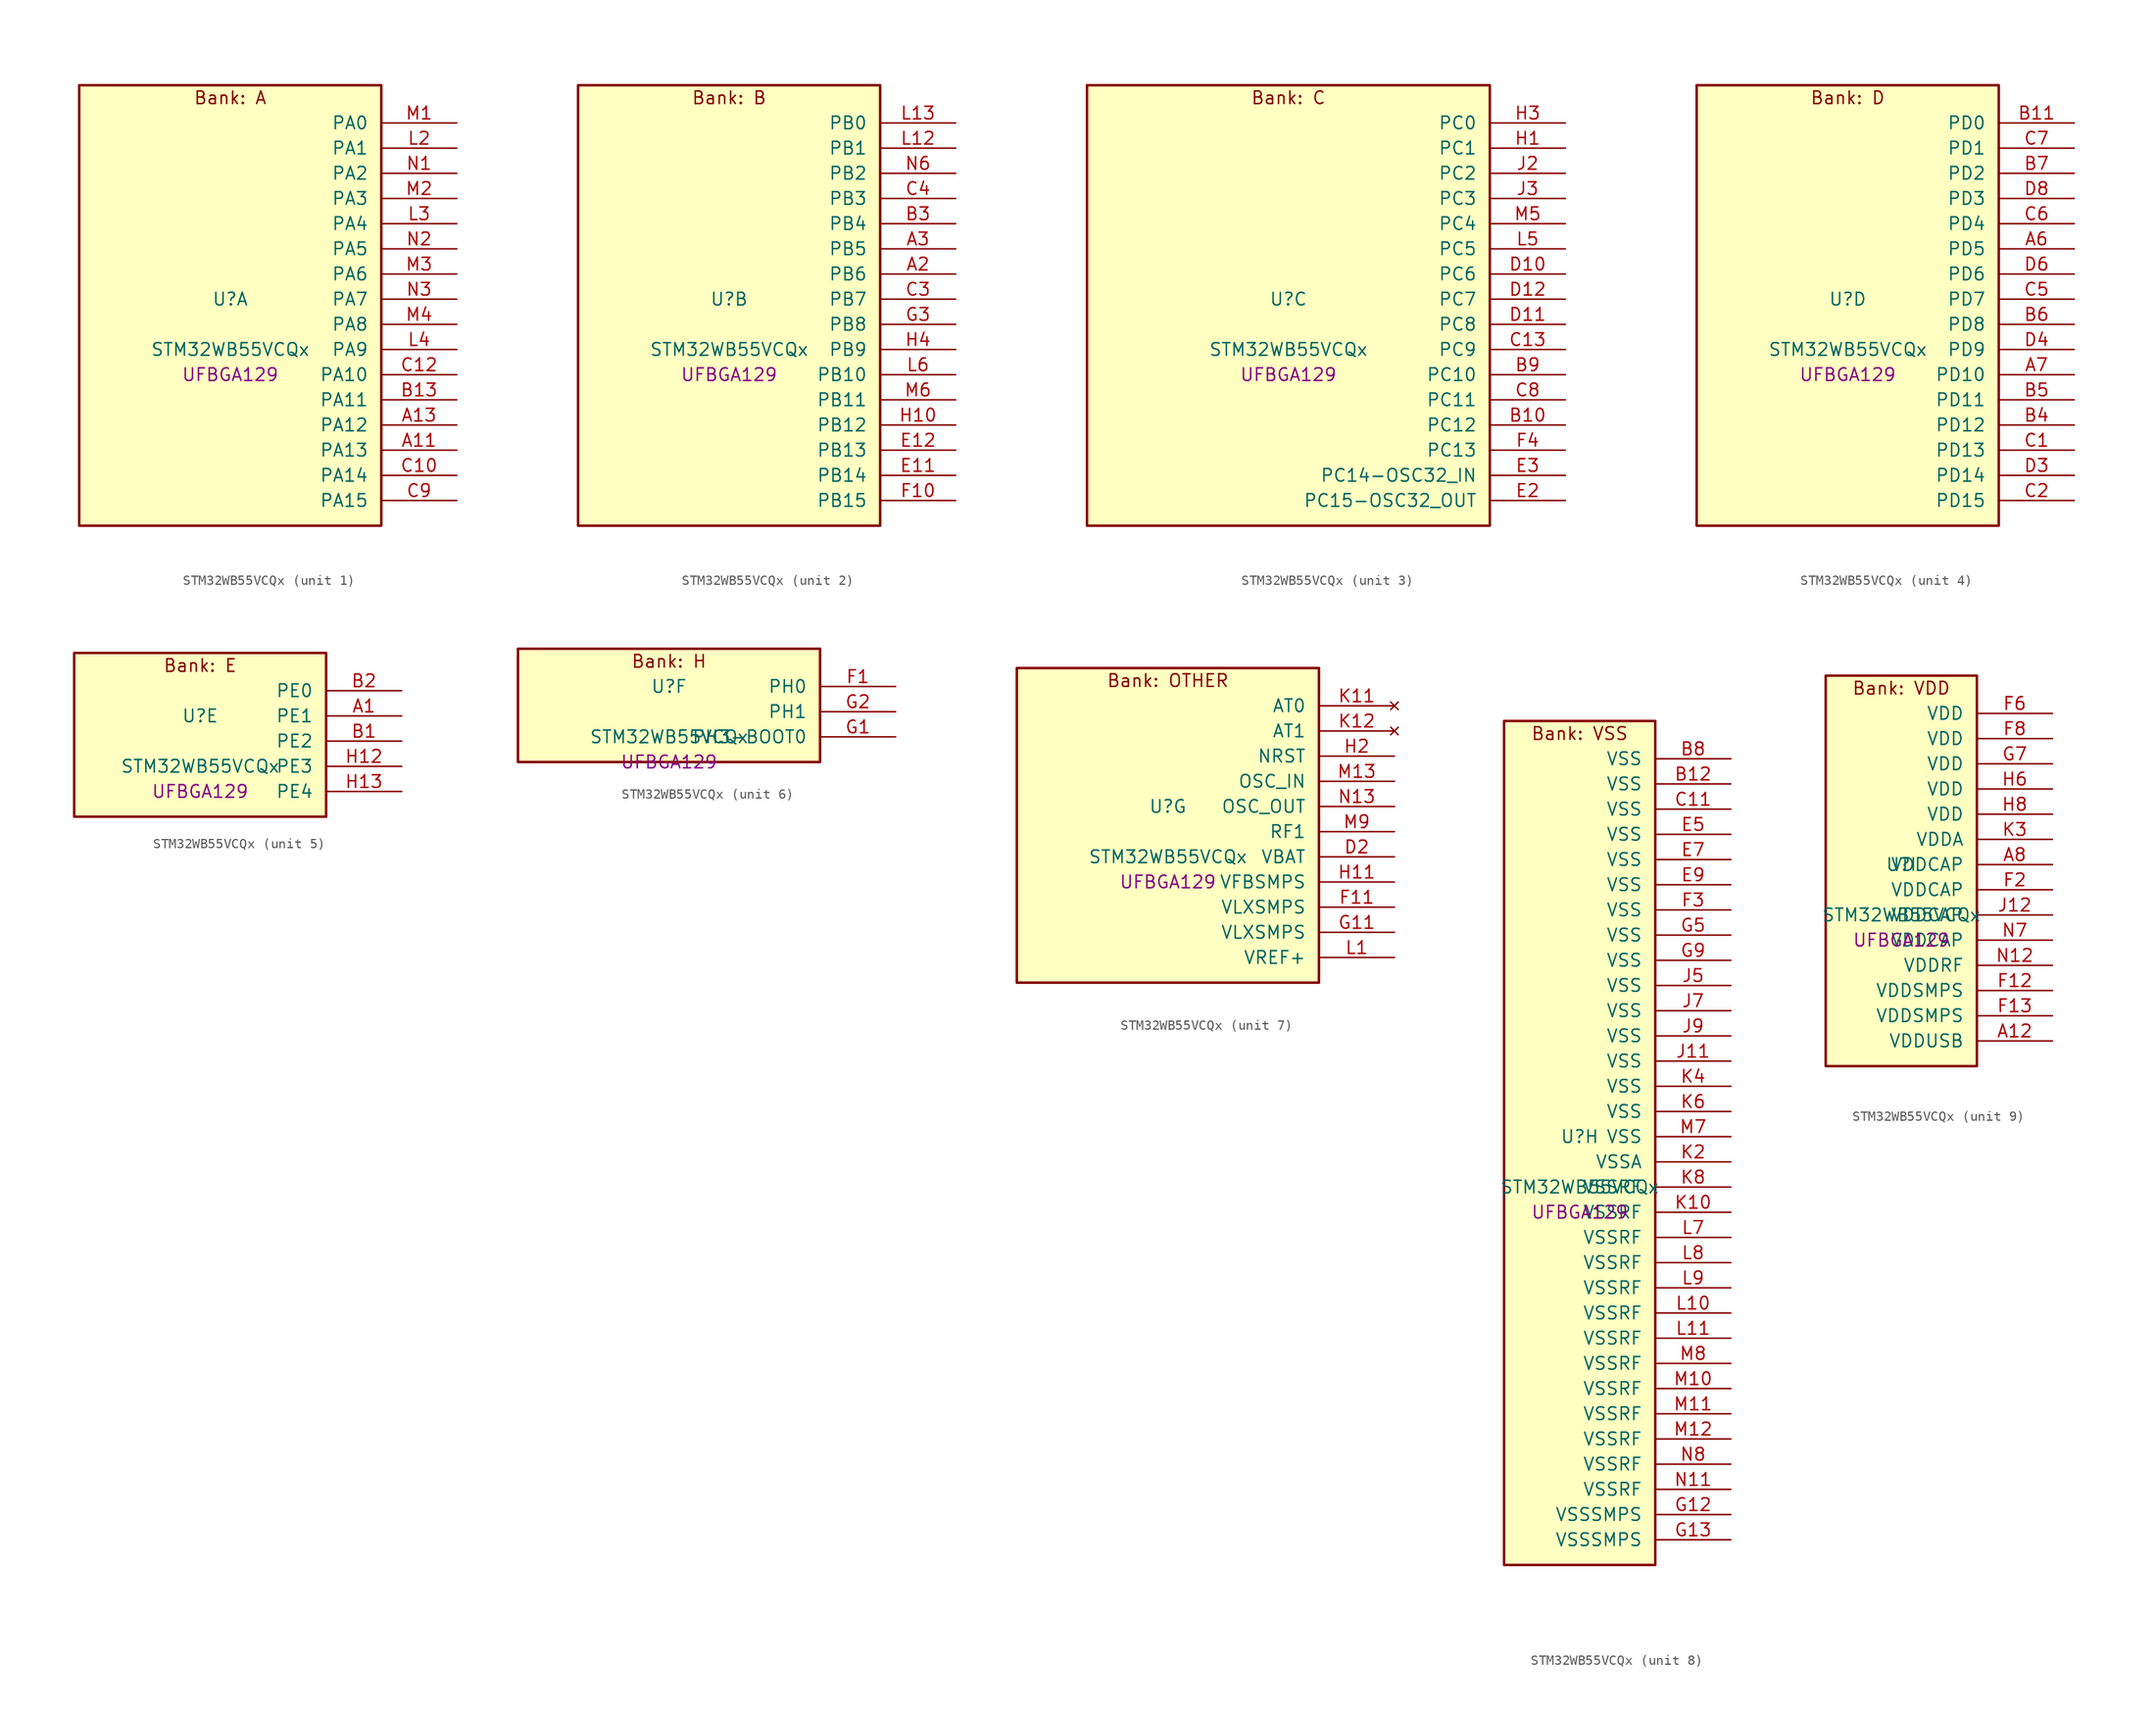
<source format=kicad_sym>
(kicad_symbol_lib
  (version 20241209)
  (generator "stm32_pkl_generator")
  (generator_version "1.0")
  (symbol "STM32WB55VCQx"
    (pin_names
      (offset 1.27))
    (property "Reference" "U"
      (at 0 2.54 0))
    (property "Value" "STM32WB55VCQx"
      (at 0 -2.54 0))
    (property "Footprint" "UFBGA129"
      (at 0 -5.08 0))
    (symbol "STM32WB55VCQx_1_1"
      (rectangle (start -15.24 24.13) (end 15.24 -20.32) (stroke (width 0.254) (type solid)) (fill (type background)))
      (text "Bank: A" (at 0 22.86 0))
      (pin bidirectional line (at 22.86 20.32 180) (length 7.62) (name "PA0") (number "M1") (alternate "PA0/ADC1_IN5" bidirectional line) (alternate "PA0/COMP1_INM" bidirectional line) (alternate "PA0/COMP1_OUT" bidirectional line) (alternate "PA0/RTC_TAMP2" bidirectional line) (alternate "PA0/SAI1_EXTCLK" bidirectional line) (alternate "PA0/SYS_WKUP1" bidirectional line) (alternate "PA0/TIM2_CH1" bidirectional line) (alternate "PA0/TIM2_ETR" bidirectional line))
      (pin bidirectional line (at 22.86 17.78 180) (length 7.62) (name "PA1") (number "L2") (alternate "PA1/ADC1_IN6" bidirectional line) (alternate "PA1/COMP1_INP" bidirectional line) (alternate "PA1/I2C1_SMBA" bidirectional line) (alternate "PA1/LCD_SEG0" bidirectional line) (alternate "PA1/SPI1_SCK" bidirectional line) (alternate "PA1/TIM2_CH2" bidirectional line))
      (pin bidirectional line (at 22.86 15.24 180) (length 7.62) (name "PA2") (number "N1") (alternate "PA2/ADC1_IN7" bidirectional line) (alternate "PA2/COMP2_INM" bidirectional line) (alternate "PA2/COMP2_OUT" bidirectional line) (alternate "PA2/LCD_SEG1" bidirectional line) (alternate "PA2/LPUART1_TX" bidirectional line) (alternate "PA2/QUADSPI_BK1_NCS" bidirectional line) (alternate "PA2/RCC_LSCO" bidirectional line) (alternate "PA2/SYS_WKUP4" bidirectional line) (alternate "PA2/TIM2_CH3" bidirectional line))
      (pin bidirectional line (at 22.86 12.7 180) (length 7.62) (name "PA3") (number "M2") (alternate "PA3/ADC1_IN8" bidirectional line) (alternate "PA3/COMP2_INP" bidirectional line) (alternate "PA3/LCD_SEG2" bidirectional line) (alternate "PA3/LPUART1_RX" bidirectional line) (alternate "PA3/QUADSPI_CLK" bidirectional line) (alternate "PA3/SAI1_CK1" bidirectional line) (alternate "PA3/SAI1_MCLK_A" bidirectional line) (alternate "PA3/TIM2_CH4" bidirectional line))
      (pin bidirectional line (at 22.86 10.16 180) (length 7.62) (name "PA4") (number "L3") (alternate "PA4/ADC1_IN9" bidirectional line) (alternate "PA4/COMP1_INM" bidirectional line) (alternate "PA4/COMP2_INM" bidirectional line) (alternate "PA4/LCD_SEG5" bidirectional line) (alternate "PA4/LPTIM2_OUT" bidirectional line) (alternate "PA4/SAI1_FS_B" bidirectional line) (alternate "PA4/SPI1_NSS" bidirectional line))
      (pin bidirectional line (at 22.86 7.62 180) (length 7.62) (name "PA5") (number "N2") (alternate "PA5/ADC1_IN10" bidirectional line) (alternate "PA5/COMP1_INM" bidirectional line) (alternate "PA5/COMP2_INM" bidirectional line) (alternate "PA5/LPTIM2_ETR" bidirectional line) (alternate "PA5/SAI1_SD_B" bidirectional line) (alternate "PA5/SPI1_SCK" bidirectional line) (alternate "PA5/TIM2_CH1" bidirectional line) (alternate "PA5/TIM2_ETR" bidirectional line))
      (pin bidirectional line (at 22.86 5.08 180) (length 7.62) (name "PA6") (number "M3") (alternate "PA6/ADC1_IN11" bidirectional line) (alternate "PA6/LCD_SEG3" bidirectional line) (alternate "PA6/LPUART1_CTS" bidirectional line) (alternate "PA6/QUADSPI_BK1_IO3" bidirectional line) (alternate "PA6/SPI1_MISO" bidirectional line) (alternate "PA6/TIM16_CH1" bidirectional line) (alternate "PA6/TIM1_BKIN" bidirectional line))
      (pin bidirectional line (at 22.86 2.54 180) (length 7.62) (name "PA7") (number "N3") (alternate "PA7/ADC1_IN12" bidirectional line) (alternate "PA7/COMP2_OUT" bidirectional line) (alternate "PA7/I2C3_SCL" bidirectional line) (alternate "PA7/LCD_SEG4" bidirectional line) (alternate "PA7/QUADSPI_BK1_IO2" bidirectional line) (alternate "PA7/SPI1_MOSI" bidirectional line) (alternate "PA7/TIM17_CH1" bidirectional line) (alternate "PA7/TIM1_CH1N" bidirectional line))
      (pin bidirectional line (at 22.86 0 180) (length 7.62) (name "PA8") (number "M4") (alternate "PA8/ADC1_IN15" bidirectional line) (alternate "PA8/LCD_COM0" bidirectional line) (alternate "PA8/LPTIM2_OUT" bidirectional line) (alternate "PA8/RCC_MCO" bidirectional line) (alternate "PA8/SAI1_CK2" bidirectional line) (alternate "PA8/SAI1_SCK_A" bidirectional line) (alternate "PA8/TIM1_CH1" bidirectional line) (alternate "PA8/USART1_CK" bidirectional line))
      (pin bidirectional line (at 22.86 -2.54 180) (length 7.62) (name "PA9") (number "L4") (alternate "PA9/ADC1_IN16" bidirectional line) (alternate "PA9/COMP1_INM" bidirectional line) (alternate "PA9/I2C1_SCL" bidirectional line) (alternate "PA9/LCD_COM1" bidirectional line) (alternate "PA9/SAI1_D2" bidirectional line) (alternate "PA9/SAI1_FS_A" bidirectional line) (alternate "PA9/SPI2_SCK" bidirectional line) (alternate "PA9/TIM1_CH2" bidirectional line) (alternate "PA9/USART1_TX" bidirectional line))
      (pin bidirectional line (at 22.86 -5.08 180) (length 7.62) (name "PA10") (number "C12") (alternate "PA10/CRS_SYNC" bidirectional line) (alternate "PA10/I2C1_SDA" bidirectional line) (alternate "PA10/LCD_COM2" bidirectional line) (alternate "PA10/SAI1_D1" bidirectional line) (alternate "PA10/SAI1_SD_A" bidirectional line) (alternate "PA10/TIM17_BKIN" bidirectional line) (alternate "PA10/TIM1_CH3" bidirectional line) (alternate "PA10/USART1_RX" bidirectional line))
      (pin bidirectional line (at 22.86 -7.62 180) (length 7.62) (name "PA11") (number "B13") (alternate "PA11/ADC1_EXTI11" bidirectional line) (alternate "PA11/SPI1_MISO" bidirectional line) (alternate "PA11/TIM1_BKIN2" bidirectional line) (alternate "PA11/TIM1_CH4" bidirectional line) (alternate "PA11/USART1_CTS" bidirectional line) (alternate "PA11/USART1_NSS" bidirectional line) (alternate "PA11/USB_DM" bidirectional line))
      (pin bidirectional line (at 22.86 -10.16 180) (length 7.62) (name "PA12") (number "A13") (alternate "PA12/LPUART1_RX" bidirectional line) (alternate "PA12/SPI1_MOSI" bidirectional line) (alternate "PA12/TIM1_ETR" bidirectional line) (alternate "PA12/USART1_DE" bidirectional line) (alternate "PA12/USART1_RTS" bidirectional line) (alternate "PA12/USB_DP" bidirectional line))
      (pin bidirectional line (at 22.86 -12.7 180) (length 7.62) (name "PA13") (number "A11") (alternate "PA13/IR_OUT" bidirectional line) (alternate "PA13/SAI1_SD_B" bidirectional line) (alternate "PA13/SYS_JTMS-SWDIO" bidirectional line) (alternate "PA13/USB_NOE" bidirectional line))
      (pin bidirectional line (at 22.86 -15.24 180) (length 7.62) (name "PA14") (number "C10") (alternate "PA14/I2C1_SMBA" bidirectional line) (alternate "PA14/LCD_SEG5" bidirectional line) (alternate "PA14/LPTIM1_OUT" bidirectional line) (alternate "PA14/SAI1_FS_B" bidirectional line) (alternate "PA14/SYS_JTCK-SWCLK" bidirectional line))
      (pin bidirectional line (at 22.86 -17.78 180) (length 7.62) (name "PA15") (number "C9") (alternate "PA15/ADC1_EXTI15" bidirectional line) (alternate "PA15/LCD_SEG17" bidirectional line) (alternate "PA15/RCC_MCO" bidirectional line) (alternate "PA15/SPI1_NSS" bidirectional line) (alternate "PA15/SYS_JTDI" bidirectional line) (alternate "PA15/TIM2_CH1" bidirectional line) (alternate "PA15/TIM2_ETR" bidirectional line) (alternate "PA15/TSC_G3_IO1" bidirectional line)))
    (symbol "STM32WB55VCQx_2_1"
      (rectangle (start -15.24 24.13) (end 15.24 -20.32) (stroke (width 0.254) (type solid)) (fill (type background)))
      (text "Bank: B" (at 0 22.86 0))
      (pin bidirectional line (at 22.86 20.32 180) (length 7.62) (name "PB0") (number "L13") (alternate "PB0/COMP1_OUT" bidirectional line) (alternate "PB0/RF_TX_MOD_EXT_PA" bidirectional line))
      (pin bidirectional line (at 22.86 17.78 180) (length 7.62) (name "PB1") (number "L12") (alternate "PB1/LPTIM2_IN1" bidirectional line) (alternate "PB1/LPUART1_DE" bidirectional line) (alternate "PB1/LPUART1_RTS" bidirectional line))
      (pin bidirectional line (at 22.86 15.24 180) (length 7.62) (name "PB2") (number "N6") (alternate "PB2/COMP1_INP" bidirectional line) (alternate "PB2/I2C3_SMBA" bidirectional line) (alternate "PB2/LCD_VLCD" bidirectional line) (alternate "PB2/LPTIM1_OUT" bidirectional line) (alternate "PB2/RTC_OUT2" bidirectional line) (alternate "PB2/SAI1_EXTCLK" bidirectional line) (alternate "PB2/SPI1_NSS" bidirectional line))
      (pin bidirectional line (at 22.86 12.7 180) (length 7.62) (name "PB3") (number "C4") (alternate "PB3/COMP2_INM" bidirectional line) (alternate "PB3/LCD_SEG7" bidirectional line) (alternate "PB3/SAI1_SCK_B" bidirectional line) (alternate "PB3/SPI1_SCK" bidirectional line) (alternate "PB3/SYS_JTDO-SWO" bidirectional line) (alternate "PB3/TIM2_CH2" bidirectional line) (alternate "PB3/USART1_DE" bidirectional line) (alternate "PB3/USART1_RTS" bidirectional line))
      (pin bidirectional line (at 22.86 10.16 180) (length 7.62) (name "PB4") (number "B3") (alternate "PB4/COMP2_INP" bidirectional line) (alternate "PB4/I2C3_SDA" bidirectional line) (alternate "PB4/LCD_SEG8" bidirectional line) (alternate "PB4/SAI1_MCLK_B" bidirectional line) (alternate "PB4/SPI1_MISO" bidirectional line) (alternate "PB4/SYS_JTRST" bidirectional line) (alternate "PB4/TIM17_BKIN" bidirectional line) (alternate "PB4/TSC_G2_IO1" bidirectional line) (alternate "PB4/USART1_CTS" bidirectional line) (alternate "PB4/USART1_NSS" bidirectional line))
      (pin bidirectional line (at 22.86 7.62 180) (length 7.62) (name "PB5") (number "A3") (alternate "PB5/COMP2_OUT" bidirectional line) (alternate "PB5/I2C1_SMBA" bidirectional line) (alternate "PB5/LCD_SEG9" bidirectional line) (alternate "PB5/LPTIM1_IN1" bidirectional line) (alternate "PB5/LPUART1_TX" bidirectional line) (alternate "PB5/SAI1_SD_B" bidirectional line) (alternate "PB5/SPI1_MOSI" bidirectional line) (alternate "PB5/TIM16_BKIN" bidirectional line) (alternate "PB5/TSC_G2_IO2" bidirectional line) (alternate "PB5/USART1_CK" bidirectional line))
      (pin bidirectional line (at 22.86 5.08 180) (length 7.62) (name "PB6") (number "A2") (alternate "PB6/COMP2_INP" bidirectional line) (alternate "PB6/I2C1_SCL" bidirectional line) (alternate "PB6/LCD_SEG6" bidirectional line) (alternate "PB6/LPTIM1_ETR" bidirectional line) (alternate "PB6/RCC_MCO" bidirectional line) (alternate "PB6/SAI1_FS_B" bidirectional line) (alternate "PB6/TIM16_CH1N" bidirectional line) (alternate "PB6/TSC_G2_IO3" bidirectional line) (alternate "PB6/USART1_TX" bidirectional line))
      (pin bidirectional line (at 22.86 2.54 180) (length 7.62) (name "PB7") (number "C3") (alternate "PB7/COMP2_INM" bidirectional line) (alternate "PB7/I2C1_SDA" bidirectional line) (alternate "PB7/LCD_SEG21" bidirectional line) (alternate "PB7/LPTIM1_IN2" bidirectional line) (alternate "PB7/SYS_PVD_IN" bidirectional line) (alternate "PB7/TIM17_CH1N" bidirectional line) (alternate "PB7/TIM1_BKIN" bidirectional line) (alternate "PB7/TSC_G2_IO4" bidirectional line) (alternate "PB7/USART1_RX" bidirectional line))
      (pin bidirectional line (at 22.86 0 180) (length 7.62) (name "PB8") (number "G3") (alternate "PB8/I2C1_SCL" bidirectional line) (alternate "PB8/LCD_SEG16" bidirectional line) (alternate "PB8/QUADSPI_BK1_IO1" bidirectional line) (alternate "PB8/SAI1_CK1" bidirectional line) (alternate "PB8/SAI1_MCLK_A" bidirectional line) (alternate "PB8/TIM16_CH1" bidirectional line) (alternate "PB8/TIM1_CH2N" bidirectional line))
      (pin bidirectional line (at 22.86 -2.54 180) (length 7.62) (name "PB9") (number "H4") (alternate "PB9/I2C1_SDA" bidirectional line) (alternate "PB9/IR_OUT" bidirectional line) (alternate "PB9/LCD_COM3" bidirectional line) (alternate "PB9/QUADSPI_BK1_IO0" bidirectional line) (alternate "PB9/SAI1_D2" bidirectional line) (alternate "PB9/SAI1_FS_A" bidirectional line) (alternate "PB9/SPI2_NSS" bidirectional line) (alternate "PB9/TIM17_CH1" bidirectional line) (alternate "PB9/TIM1_CH3N" bidirectional line) (alternate "PB9/TSC_G7_IO4" bidirectional line))
      (pin bidirectional line (at 22.86 -5.08 180) (length 7.62) (name "PB10") (number "L6") (alternate "PB10/COMP1_OUT" bidirectional line) (alternate "PB10/I2C3_SCL" bidirectional line) (alternate "PB10/LCD_SEG10" bidirectional line) (alternate "PB10/LPUART1_RX" bidirectional line) (alternate "PB10/QUADSPI_CLK" bidirectional line) (alternate "PB10/SAI1_SCK_A" bidirectional line) (alternate "PB10/SPI2_SCK" bidirectional line) (alternate "PB10/TIM2_CH3" bidirectional line) (alternate "PB10/TSC_SYNC" bidirectional line))
      (pin bidirectional line (at 22.86 -7.62 180) (length 7.62) (name "PB11") (number "M6") (alternate "PB11/ADC1_EXTI11" bidirectional line) (alternate "PB11/COMP2_OUT" bidirectional line) (alternate "PB11/I2C3_SDA" bidirectional line) (alternate "PB11/LCD_SEG11" bidirectional line) (alternate "PB11/LPUART1_TX" bidirectional line) (alternate "PB11/QUADSPI_BK1_NCS" bidirectional line) (alternate "PB11/TIM2_CH4" bidirectional line))
      (pin bidirectional line (at 22.86 -10.16 180) (length 7.62) (name "PB12") (number "H10") (alternate "PB12/I2C3_SMBA" bidirectional line) (alternate "PB12/LCD_SEG12" bidirectional line) (alternate "PB12/LPUART1_DE" bidirectional line) (alternate "PB12/LPUART1_RTS" bidirectional line) (alternate "PB12/SAI1_FS_A" bidirectional line) (alternate "PB12/SPI2_NSS" bidirectional line) (alternate "PB12/TIM1_BKIN" bidirectional line) (alternate "PB12/TSC_G1_IO1" bidirectional line))
      (pin bidirectional line (at 22.86 -12.7 180) (length 7.62) (name "PB13") (number "E12") (alternate "PB13/I2C3_SCL" bidirectional line) (alternate "PB13/LCD_SEG13" bidirectional line) (alternate "PB13/LPUART1_CTS" bidirectional line) (alternate "PB13/SAI1_SCK_A" bidirectional line) (alternate "PB13/SPI2_SCK" bidirectional line) (alternate "PB13/TIM1_CH1N" bidirectional line) (alternate "PB13/TSC_G1_IO2" bidirectional line))
      (pin bidirectional line (at 22.86 -15.24 180) (length 7.62) (name "PB14") (number "E11") (alternate "PB14/I2C3_SDA" bidirectional line) (alternate "PB14/LCD_SEG14" bidirectional line) (alternate "PB14/SAI1_MCLK_A" bidirectional line) (alternate "PB14/SPI2_MISO" bidirectional line) (alternate "PB14/TIM1_CH2N" bidirectional line) (alternate "PB14/TSC_G1_IO3" bidirectional line))
      (pin bidirectional line (at 22.86 -17.78 180) (length 7.62) (name "PB15") (number "F10") (alternate "PB15/ADC1_EXTI15" bidirectional line) (alternate "PB15/LCD_SEG15" bidirectional line) (alternate "PB15/RTC_REFIN" bidirectional line) (alternate "PB15/SAI1_SD_A" bidirectional line) (alternate "PB15/SPI2_MOSI" bidirectional line) (alternate "PB15/TIM1_CH3N" bidirectional line) (alternate "PB15/TSC_G1_IO4" bidirectional line)))
    (symbol "STM32WB55VCQx_3_1"
      (rectangle (start -20.32 24.13) (end 20.32 -20.32) (stroke (width 0.254) (type solid)) (fill (type background)))
      (text "Bank: C" (at 0 22.86 0))
      (pin bidirectional line (at 27.94 20.32 180) (length 7.62) (name "PC0") (number "H3") (alternate "PC0/ADC1_IN1" bidirectional line) (alternate "PC0/I2C3_SCL" bidirectional line) (alternate "PC0/LCD_SEG18" bidirectional line) (alternate "PC0/LPTIM1_IN1" bidirectional line) (alternate "PC0/LPTIM2_IN1" bidirectional line) (alternate "PC0/LPUART1_RX" bidirectional line))
      (pin bidirectional line (at 27.94 17.78 180) (length 7.62) (name "PC1") (number "H1") (alternate "PC1/ADC1_IN2" bidirectional line) (alternate "PC1/I2C3_SDA" bidirectional line) (alternate "PC1/LCD_SEG19" bidirectional line) (alternate "PC1/LPTIM1_OUT" bidirectional line) (alternate "PC1/LPUART1_TX" bidirectional line) (alternate "PC1/SPI2_MOSI" bidirectional line))
      (pin bidirectional line (at 27.94 15.24 180) (length 7.62) (name "PC2") (number "J2") (alternate "PC2/ADC1_IN3" bidirectional line) (alternate "PC2/LCD_SEG20" bidirectional line) (alternate "PC2/LPTIM1_IN2" bidirectional line) (alternate "PC2/SPI2_MISO" bidirectional line))
      (pin bidirectional line (at 27.94 12.7 180) (length 7.62) (name "PC3") (number "J3") (alternate "PC3/ADC1_IN4" bidirectional line) (alternate "PC3/LCD_VLCD" bidirectional line) (alternate "PC3/LPTIM1_ETR" bidirectional line) (alternate "PC3/LPTIM2_ETR" bidirectional line) (alternate "PC3/SAI1_D1" bidirectional line) (alternate "PC3/SAI1_SD_A" bidirectional line) (alternate "PC3/SPI2_MOSI" bidirectional line))
      (pin bidirectional line (at 27.94 10.16 180) (length 7.62) (name "PC4") (number "M5") (alternate "PC4/ADC1_IN13" bidirectional line) (alternate "PC4/COMP1_INM" bidirectional line) (alternate "PC4/LCD_SEG22" bidirectional line))
      (pin bidirectional line (at 27.94 7.62 180) (length 7.62) (name "PC5") (number "L5") (alternate "PC5/ADC1_IN14" bidirectional line) (alternate "PC5/COMP1_INP" bidirectional line) (alternate "PC5/LCD_SEG23" bidirectional line) (alternate "PC5/SAI1_D3" bidirectional line) (alternate "PC5/SYS_WKUP5" bidirectional line))
      (pin bidirectional line (at 27.94 5.08 180) (length 7.62) (name "PC6") (number "D10") (alternate "PC6/LCD_SEG24" bidirectional line) (alternate "PC6/TSC_G4_IO1" bidirectional line))
      (pin bidirectional line (at 27.94 2.54 180) (length 7.62) (name "PC7") (number "D12") (alternate "PC7/LCD_SEG25" bidirectional line) (alternate "PC7/TSC_G4_IO2" bidirectional line))
      (pin bidirectional line (at 27.94 0 180) (length 7.62) (name "PC8") (number "D11") (alternate "PC8/LCD_SEG26" bidirectional line) (alternate "PC8/TSC_G4_IO3" bidirectional line))
      (pin bidirectional line (at 27.94 -2.54 180) (length 7.62) (name "PC9") (number "C13") (alternate "PC9/LCD_SEG27" bidirectional line) (alternate "PC9/SAI1_SCK_B" bidirectional line) (alternate "PC9/TIM1_BKIN" bidirectional line) (alternate "PC9/TSC_G4_IO4" bidirectional line) (alternate "PC9/USB_NOE" bidirectional line))
      (pin bidirectional line (at 27.94 -5.08 180) (length 7.62) (name "PC10") (number "B9") (alternate "PC10/LCD_COM4" bidirectional line) (alternate "PC10/LCD_SEG28" bidirectional line) (alternate "PC10/LCD_SEG40" bidirectional line) (alternate "PC10/SYS_TRACED1" bidirectional line) (alternate "PC10/TSC_G3_IO2" bidirectional line))
      (pin bidirectional line (at 27.94 -7.62 180) (length 7.62) (name "PC11") (number "C8") (alternate "PC11/ADC1_EXTI11" bidirectional line) (alternate "PC11/LCD_COM5" bidirectional line) (alternate "PC11/LCD_SEG29" bidirectional line) (alternate "PC11/LCD_SEG41" bidirectional line) (alternate "PC11/TSC_G3_IO3" bidirectional line))
      (pin bidirectional line (at 27.94 -10.16 180) (length 7.62) (name "PC12") (number "B10") (alternate "PC12/LCD_COM6" bidirectional line) (alternate "PC12/LCD_SEG30" bidirectional line) (alternate "PC12/LCD_SEG42" bidirectional line) (alternate "PC12/RCC_LSCO" bidirectional line) (alternate "PC12/RTC_TAMP3" bidirectional line) (alternate "PC12/SYS_TRACED3" bidirectional line) (alternate "PC12/SYS_WKUP3" bidirectional line) (alternate "PC12/TSC_G3_IO4" bidirectional line))
      (pin bidirectional line (at 27.94 -12.7 180) (length 7.62) (name "PC13") (number "F4") (alternate "PC13/RTC_OUT1" bidirectional line) (alternate "PC13/RTC_TAMP1" bidirectional line) (alternate "PC13/RTC_TS" bidirectional line) (alternate "PC13/SYS_WKUP2" bidirectional line))
      (pin bidirectional line (at 27.94 -15.24 180) (length 7.62) (name "PC14-OSC32_IN") (number "E3") (alternate "PC14-OSC32_IN/RCC_OSC32_IN" bidirectional line))
      (pin bidirectional line (at 27.94 -17.78 180) (length 7.62) (name "PC15-OSC32_OUT") (number "E2") (alternate "PC15-OSC32_OUT/ADC1_EXTI15" bidirectional line) (alternate "PC15-OSC32_OUT/RCC_OSC32_OUT" bidirectional line)))
    (symbol "STM32WB55VCQx_4_1"
      (rectangle (start -15.24 24.13) (end 15.24 -20.32) (stroke (width 0.254) (type solid)) (fill (type background)))
      (text "Bank: D" (at 0 22.86 0))
      (pin bidirectional line (at 22.86 20.32 180) (length 7.62) (name "PD0") (number "B11") (alternate "PD0/SPI2_NSS" bidirectional line))
      (pin bidirectional line (at 22.86 17.78 180) (length 7.62) (name "PD1") (number "C7") (alternate "PD1/SPI2_SCK" bidirectional line))
      (pin bidirectional line (at 22.86 15.24 180) (length 7.62) (name "PD2") (number "B7") (alternate "PD2/LCD_COM7" bidirectional line) (alternate "PD2/LCD_SEG31" bidirectional line) (alternate "PD2/LCD_SEG43" bidirectional line) (alternate "PD2/SYS_TRACED2" bidirectional line) (alternate "PD2/TSC_SYNC" bidirectional line))
      (pin bidirectional line (at 22.86 12.7 180) (length 7.62) (name "PD3") (number "D8") (alternate "PD3/QUADSPI_BK1_NCS" bidirectional line) (alternate "PD3/SPI2_MISO" bidirectional line) (alternate "PD3/SPI2_SCK" bidirectional line))
      (pin bidirectional line (at 22.86 10.16 180) (length 7.62) (name "PD4") (number "C6") (alternate "PD4/QUADSPI_BK1_IO0" bidirectional line) (alternate "PD4/SPI2_MOSI" bidirectional line) (alternate "PD4/TSC_G5_IO1" bidirectional line))
      (pin bidirectional line (at 22.86 7.62 180) (length 7.62) (name "PD5") (number "A6") (alternate "PD5/QUADSPI_BK1_IO1" bidirectional line) (alternate "PD5/SAI1_MCLK_B" bidirectional line) (alternate "PD5/TSC_G5_IO2" bidirectional line))
      (pin bidirectional line (at 22.86 5.08 180) (length 7.62) (name "PD6") (number "D6") (alternate "PD6/QUADSPI_BK1_IO2" bidirectional line) (alternate "PD6/SAI1_D1" bidirectional line) (alternate "PD6/SAI1_SD_A" bidirectional line) (alternate "PD6/TSC_G5_IO3" bidirectional line))
      (pin bidirectional line (at 22.86 2.54 180) (length 7.62) (name "PD7") (number "C5") (alternate "PD7/LCD_SEG39" bidirectional line) (alternate "PD7/QUADSPI_BK1_IO3" bidirectional line) (alternate "PD7/TSC_G5_IO4" bidirectional line))
      (pin bidirectional line (at 22.86 0 180) (length 7.62) (name "PD8") (number "B6") (alternate "PD8/LCD_SEG28" bidirectional line) (alternate "PD8/TIM1_BKIN2" bidirectional line))
      (pin bidirectional line (at 22.86 -2.54 180) (length 7.62) (name "PD9") (number "D4") (alternate "PD9/LCD_SEG29" bidirectional line) (alternate "PD9/SYS_TRACED0" bidirectional line))
      (pin bidirectional line (at 22.86 -5.08 180) (length 7.62) (name "PD10") (number "A7") (alternate "PD10/LCD_SEG30" bidirectional line) (alternate "PD10/SYS_TRIG_INOUT" bidirectional line) (alternate "PD10/TSC_G6_IO1" bidirectional line))
      (pin bidirectional line (at 22.86 -7.62 180) (length 7.62) (name "PD11") (number "B5") (alternate "PD11/ADC1_EXTI11" bidirectional line) (alternate "PD11/LCD_SEG31" bidirectional line) (alternate "PD11/LPTIM2_ETR" bidirectional line) (alternate "PD11/TSC_G6_IO2" bidirectional line))
      (pin bidirectional line (at 22.86 -10.16 180) (length 7.62) (name "PD12") (number "B4") (alternate "PD12/LCD_SEG32" bidirectional line) (alternate "PD12/LPTIM2_IN1" bidirectional line) (alternate "PD12/TSC_G6_IO3" bidirectional line))
      (pin bidirectional line (at 22.86 -12.7 180) (length 7.62) (name "PD13") (number "C1") (alternate "PD13/LCD_SEG33" bidirectional line) (alternate "PD13/LPTIM2_OUT" bidirectional line) (alternate "PD13/TSC_G6_IO4" bidirectional line))
      (pin bidirectional line (at 22.86 -15.24 180) (length 7.62) (name "PD14") (number "D3") (alternate "PD14/LCD_SEG34" bidirectional line) (alternate "PD14/TIM1_CH1" bidirectional line))
      (pin bidirectional line (at 22.86 -17.78 180) (length 7.62) (name "PD15") (number "C2") (alternate "PD15/ADC1_EXTI15" bidirectional line) (alternate "PD15/LCD_SEG35" bidirectional line) (alternate "PD15/TIM1_CH2" bidirectional line)))
    (symbol "STM32WB55VCQx_5_1"
      (rectangle (start -12.7 8.89) (end 12.7 -7.62) (stroke (width 0.254) (type solid)) (fill (type background)))
      (text "Bank: E" (at 0 7.62 0))
      (pin bidirectional line (at 20.32 5.08 180) (length 7.62) (name "PE0") (number "B2") (alternate "PE0/LCD_SEG36" bidirectional line) (alternate "PE0/TIM16_CH1" bidirectional line) (alternate "PE0/TIM1_ETR" bidirectional line) (alternate "PE0/TSC_G7_IO3" bidirectional line))
      (pin bidirectional line (at 20.32 2.54 180) (length 7.62) (name "PE1") (number "A1") (alternate "PE1/LCD_SEG37" bidirectional line) (alternate "PE1/TIM17_CH1" bidirectional line) (alternate "PE1/TSC_G7_IO2" bidirectional line))
      (pin bidirectional line (at 20.32 0 180) (length 7.62) (name "PE2") (number "B1") (alternate "PE2/LCD_SEG38" bidirectional line) (alternate "PE2/SAI1_CK1" bidirectional line) (alternate "PE2/SAI1_MCLK_A" bidirectional line) (alternate "PE2/SYS_TRACECLK" bidirectional line) (alternate "PE2/TSC_G7_IO1" bidirectional line))
      (pin bidirectional line (at 20.32 -2.54 180) (length 7.62) (name "PE3") (number "H12"))
      (pin bidirectional line (at 20.32 -5.08 180) (length 7.62) (name "PE4") (number "H13")))
    (symbol "STM32WB55VCQx_6_1"
      (rectangle (start -15.24 6.35) (end 15.24 -5.08) (stroke (width 0.254) (type solid)) (fill (type background)))
      (text "Bank: H" (at 0 5.08 0))
      (pin bidirectional line (at 22.86 2.54 180) (length 7.62) (name "PH0") (number "F1"))
      (pin bidirectional line (at 22.86 0 180) (length 7.62) (name "PH1") (number "G2"))
      (pin bidirectional line (at 22.86 -2.54 180) (length 7.62) (name "PH3-BOOT0") (number "G1") (alternate "PH3-BOOT0/RCC_LSCO" bidirectional line)))
    (symbol "STM32WB55VCQx_7_1"
      (rectangle (start -15.24 16.51) (end 15.24 -15.24) (stroke (width 0.254) (type solid)) (fill (type background)))
      (text "Bank: OTHER" (at 0 15.24 0))
      (pin no_connect line (at 22.86 12.7 180) (length 7.62) (name "AT0") (number "K11"))
      (pin no_connect line (at 22.86 10.16 180) (length 7.62) (name "AT1") (number "K12"))
      (pin input line (at 22.86 7.62 180) (length 7.62) (name "NRST") (number "H2"))
      (pin bidirectional line (at 22.86 5.08 180) (length 7.62) (name "OSC_IN") (number "M13") (alternate "OSC_IN/RCC_OSC_IN" bidirectional line))
      (pin bidirectional line (at 22.86 2.54 180) (length 7.62) (name "OSC_OUT") (number "N13") (alternate "OSC_OUT/RCC_OSC_OUT" bidirectional line))
      (pin bidirectional line (at 22.86 0 180) (length 7.62) (name "RF1") (number "M9") (alternate "RF1/RF_RF1" bidirectional line))
      (pin power_in line (at 22.86 -2.54 180) (length 7.62) (name "VBAT") (number "D2"))
      (pin power_in line (at 22.86 -5.08 180) (length 7.62) (name "VFBSMPS") (number "H11"))
      (pin power_in line (at 22.86 -7.62 180) (length 7.62) (name "VLXSMPS") (number "F11"))
      (pin power_in line (at 22.86 -10.16 180) (length 7.62) (name "VLXSMPS") (number "G11"))
      (pin bidirectional line (at 22.86 -12.7 180) (length 7.62) (name "VREF+") (number "L1") (alternate "VREF+/VREFBUF_OUT" bidirectional line)))
    (symbol "STM32WB55VCQx_8_1"
      (rectangle (start -7.62 44.45) (end 7.62 -40.64) (stroke (width 0.254) (type solid)) (fill (type background)))
      (text "Bank: VSS" (at 0 43.18 0))
      (pin power_in line (at 15.24 40.64 180) (length 7.62) (name "VSS") (number "B8"))
      (pin power_in line (at 15.24 38.1 180) (length 7.62) (name "VSS") (number "B12"))
      (pin power_in line (at 15.24 35.56 180) (length 7.62) (name "VSS") (number "C11"))
      (pin power_in line (at 15.24 33.02 180) (length 7.62) (name "VSS") (number "E5"))
      (pin power_in line (at 15.24 30.48 180) (length 7.62) (name "VSS") (number "E7"))
      (pin power_in line (at 15.24 27.94 180) (length 7.62) (name "VSS") (number "E9"))
      (pin power_in line (at 15.24 25.4 180) (length 7.62) (name "VSS") (number "F3"))
      (pin power_in line (at 15.24 22.86 180) (length 7.62) (name "VSS") (number "G5"))
      (pin power_in line (at 15.24 20.32 180) (length 7.62) (name "VSS") (number "G9"))
      (pin power_in line (at 15.24 17.78 180) (length 7.62) (name "VSS") (number "J5"))
      (pin power_in line (at 15.24 15.24 180) (length 7.62) (name "VSS") (number "J7"))
      (pin power_in line (at 15.24 12.7 180) (length 7.62) (name "VSS") (number "J9"))
      (pin power_in line (at 15.24 10.16 180) (length 7.62) (name "VSS") (number "J11"))
      (pin power_in line (at 15.24 7.62 180) (length 7.62) (name "VSS") (number "K4"))
      (pin power_in line (at 15.24 5.08 180) (length 7.62) (name "VSS") (number "K6"))
      (pin power_in line (at 15.24 2.54 180) (length 7.62) (name "VSS") (number "M7"))
      (pin power_in line (at 15.24 0 180) (length 7.62) (name "VSSA") (number "K2"))
      (pin power_in line (at 15.24 -2.54 180) (length 7.62) (name "VSSRF") (number "K8"))
      (pin power_in line (at 15.24 -5.08 180) (length 7.62) (name "VSSRF") (number "K10"))
      (pin power_in line (at 15.24 -7.62 180) (length 7.62) (name "VSSRF") (number "L7"))
      (pin power_in line (at 15.24 -10.16 180) (length 7.62) (name "VSSRF") (number "L8"))
      (pin power_in line (at 15.24 -12.7 180) (length 7.62) (name "VSSRF") (number "L9"))
      (pin power_in line (at 15.24 -15.24 180) (length 7.62) (name "VSSRF") (number "L10"))
      (pin power_in line (at 15.24 -17.78 180) (length 7.62) (name "VSSRF") (number "L11"))
      (pin power_in line (at 15.24 -20.32 180) (length 7.62) (name "VSSRF") (number "M8"))
      (pin power_in line (at 15.24 -22.86 180) (length 7.62) (name "VSSRF") (number "M10"))
      (pin power_in line (at 15.24 -25.4 180) (length 7.62) (name "VSSRF") (number "M11"))
      (pin power_in line (at 15.24 -27.94 180) (length 7.62) (name "VSSRF") (number "M12"))
      (pin power_in line (at 15.24 -30.48 180) (length 7.62) (name "VSSRF") (number "N8"))
      (pin power_in line (at 15.24 -33.02 180) (length 7.62) (name "VSSRF") (number "N11"))
      (pin power_in line (at 15.24 -35.56 180) (length 7.62) (name "VSSSMPS") (number "G12"))
      (pin power_in line (at 15.24 -38.1 180) (length 7.62) (name "VSSSMPS") (number "G13")))
    (symbol "STM32WB55VCQx_9_1"
      (rectangle (start -7.62 21.59) (end 7.62 -17.78) (stroke (width 0.254) (type solid)) (fill (type background)))
      (text "Bank: VDD" (at 0 20.32 0))
      (pin power_in line (at 15.24 17.78 180) (length 7.62) (name "VDD") (number "F6"))
      (pin power_in line (at 15.24 15.24 180) (length 7.62) (name "VDD") (number "F8"))
      (pin power_in line (at 15.24 12.7 180) (length 7.62) (name "VDD") (number "G7"))
      (pin power_in line (at 15.24 10.16 180) (length 7.62) (name "VDD") (number "H6"))
      (pin power_in line (at 15.24 7.62 180) (length 7.62) (name "VDD") (number "H8"))
      (pin power_in line (at 15.24 5.08 180) (length 7.62) (name "VDDA") (number "K3"))
      (pin power_in line (at 15.24 2.54 180) (length 7.62) (name "VDDCAP") (number "A8"))
      (pin power_in line (at 15.24 0 180) (length 7.62) (name "VDDCAP") (number "F2"))
      (pin power_in line (at 15.24 -2.54 180) (length 7.62) (name "VDDCAP") (number "J12"))
      (pin power_in line (at 15.24 -5.08 180) (length 7.62) (name "VDDCAP") (number "N7"))
      (pin power_in line (at 15.24 -7.62 180) (length 7.62) (name "VDDRF") (number "N12"))
      (pin power_in line (at 15.24 -10.16 180) (length 7.62) (name "VDDSMPS") (number "F12"))
      (pin power_in line (at 15.24 -12.7 180) (length 7.62) (name "VDDSMPS") (number "F13"))
      (pin power_in line (at 15.24 -15.24 180) (length 7.62) (name "VDDUSB") (number "A12")))))
</source>
